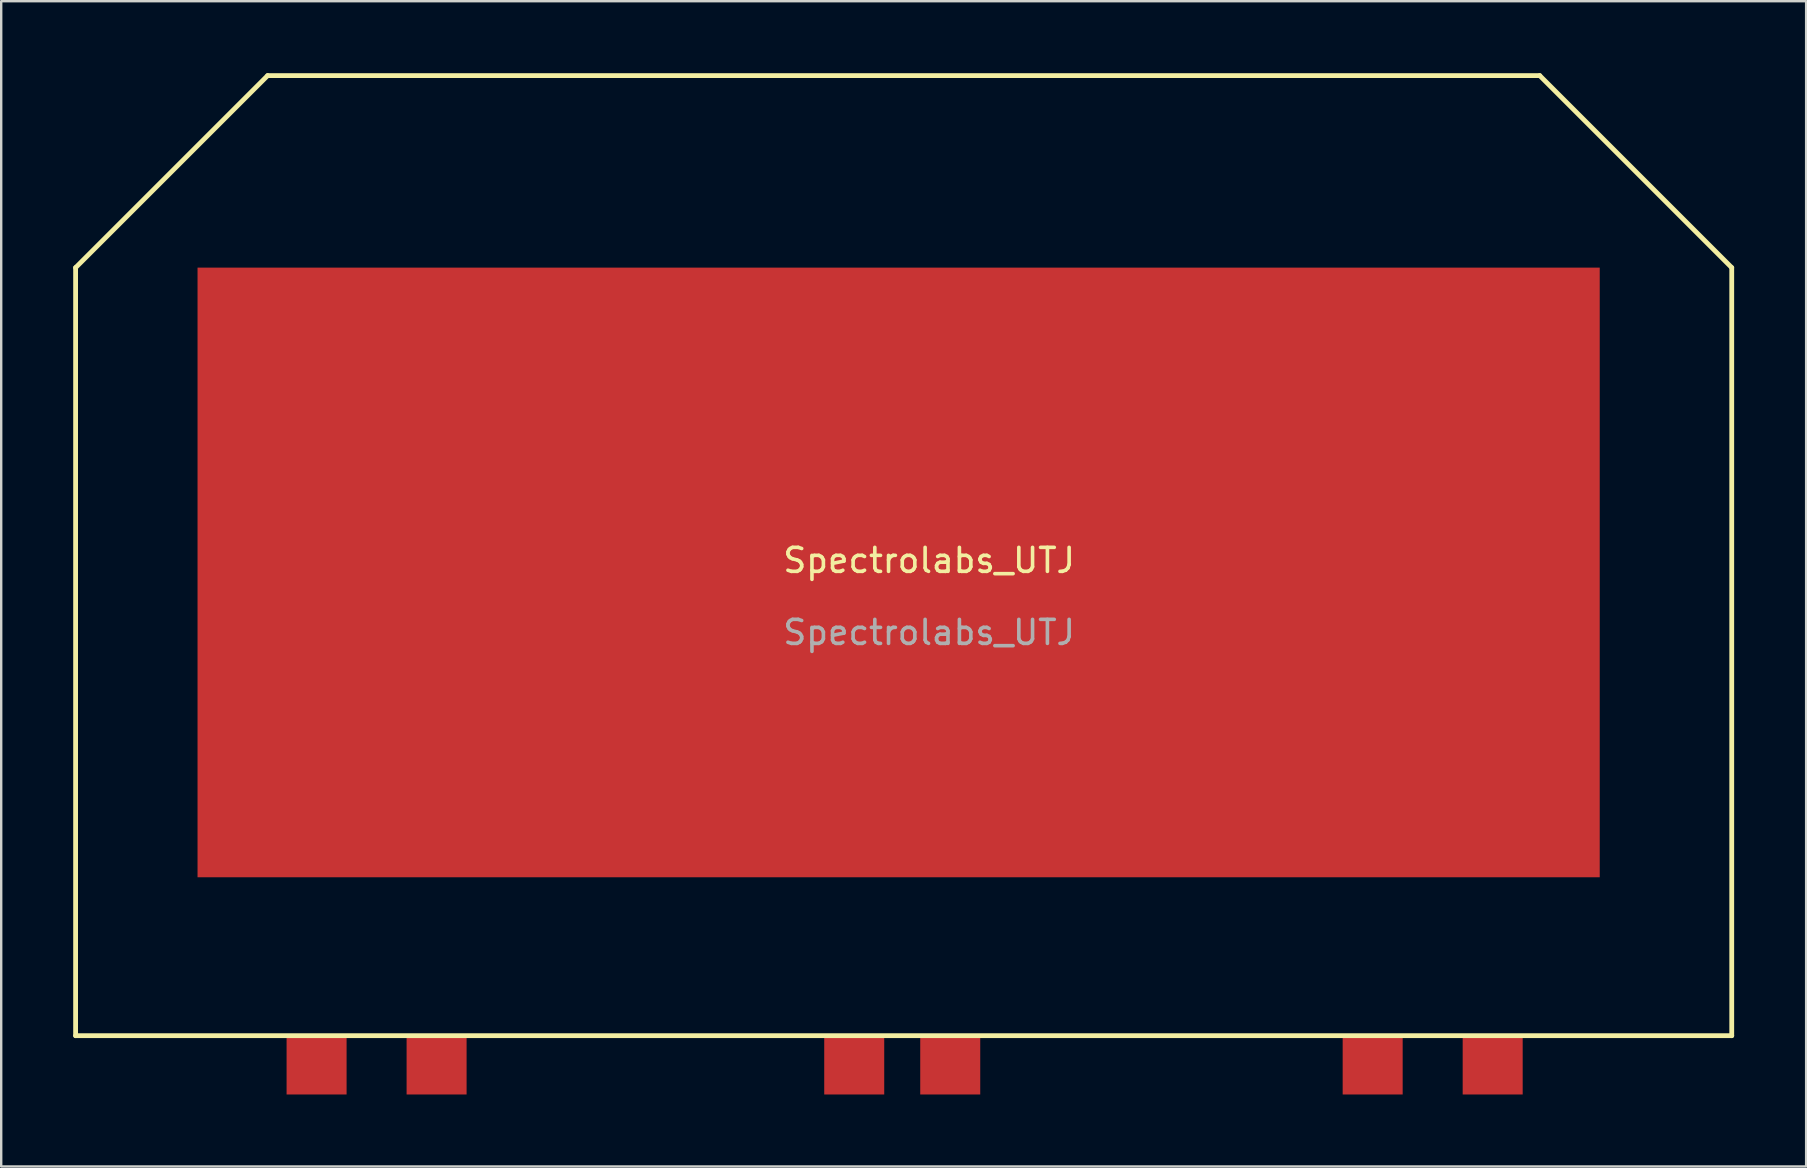
<source format=kicad_pcb>
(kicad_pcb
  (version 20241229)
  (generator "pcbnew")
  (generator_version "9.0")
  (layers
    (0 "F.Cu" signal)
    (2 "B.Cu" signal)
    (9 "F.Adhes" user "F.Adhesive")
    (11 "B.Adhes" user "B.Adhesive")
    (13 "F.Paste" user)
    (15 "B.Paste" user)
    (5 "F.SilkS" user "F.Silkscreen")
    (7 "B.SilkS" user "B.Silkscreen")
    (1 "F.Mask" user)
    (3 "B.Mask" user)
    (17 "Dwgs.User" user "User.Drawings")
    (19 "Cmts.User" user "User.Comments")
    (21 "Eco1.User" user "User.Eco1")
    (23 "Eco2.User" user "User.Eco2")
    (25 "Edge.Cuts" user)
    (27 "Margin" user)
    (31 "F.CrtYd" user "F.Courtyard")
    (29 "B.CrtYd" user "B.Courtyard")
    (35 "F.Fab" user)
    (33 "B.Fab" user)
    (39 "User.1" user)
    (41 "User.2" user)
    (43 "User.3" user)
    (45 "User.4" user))
  (footprint "Spectrolabs_UTJ"
    (layer "F.Cu")
    (at 35.66 20.8)
    (property "Reference" "Spectrolabs_UTJ" (at 0 -0.5 0) (unlocked yes) (layer "F.SilkS") (effects (font (size 1 1) (thickness 0.15))))
    (attr smd)
    (fp_line (start -35.56 -12.7) (end -27.56 -20.7) (stroke (width 0.2) (type solid)) (layer "F.SilkS"))
    (fp_line (start -35.56 19.3) (end -35.56 -12.7) (stroke (width 0.2) (type solid)) (layer "F.SilkS"))
    (fp_line (start -27.56 -20.7) (end 25.44 -20.7) (stroke (width 0.2) (type solid)) (layer "F.SilkS"))
    (fp_line (start 25.44 -20.7) (end 33.44 -12.7) (stroke (width 0.2) (type solid)) (layer "F.SilkS"))
    (fp_line (start 33.44 -12.7) (end 33.44 19.3) (stroke (width 0.2) (type solid)) (layer "F.SilkS"))
    (fp_line (start 33.44 19.3) (end -35.56 19.3) (stroke (width 0.2) (type solid)) (layer "F.SilkS"))
    (fp_text user "${REFERENCE}" (at 0 2.5 0) (unlocked yes) (layer "F.Fab") (effects (font (size 1 1) (thickness 0.15))))
    (pad "1" smd rect (at -1.27 0) (size 58.42 25.4) (layers "F.Cu" "F.Mask" "F.Paste"))
    (pad "2" smd rect (at -25.52 20.5 180) (size 2.5 2.5) (layers "F.Cu" "F.Mask" "F.Paste"))
    (pad "2" smd rect (at -20.52 20.5 180) (size 2.5 2.5) (layers "F.Cu" "F.Mask" "F.Paste"))
    (pad "2" smd rect (at 18.48 20.5 180) (size 2.5 2.5) (layers "F.Cu" "F.Mask" "F.Paste"))
    (pad "2" smd rect (at 23.48 20.5 180) (size 2.5 2.5) (layers "F.Cu" "F.Mask" "F.Paste"))
    (pad "3" smd rect (at -3.12 20.5 180) (size 2.5 2.5) (layers "F.Cu" "F.Mask" "F.Paste"))
    (pad "3" smd rect (at 0.88 20.5 180) (size 2.5 2.5) (layers "F.Cu" "F.Mask" "F.Paste")))
  (gr_rect
    (start -3 -3)
    (end 72.2 45.55)
    (stroke (width 0.1) (type default))
    (fill no)
    (layer "Edge.Cuts")))
</source>
